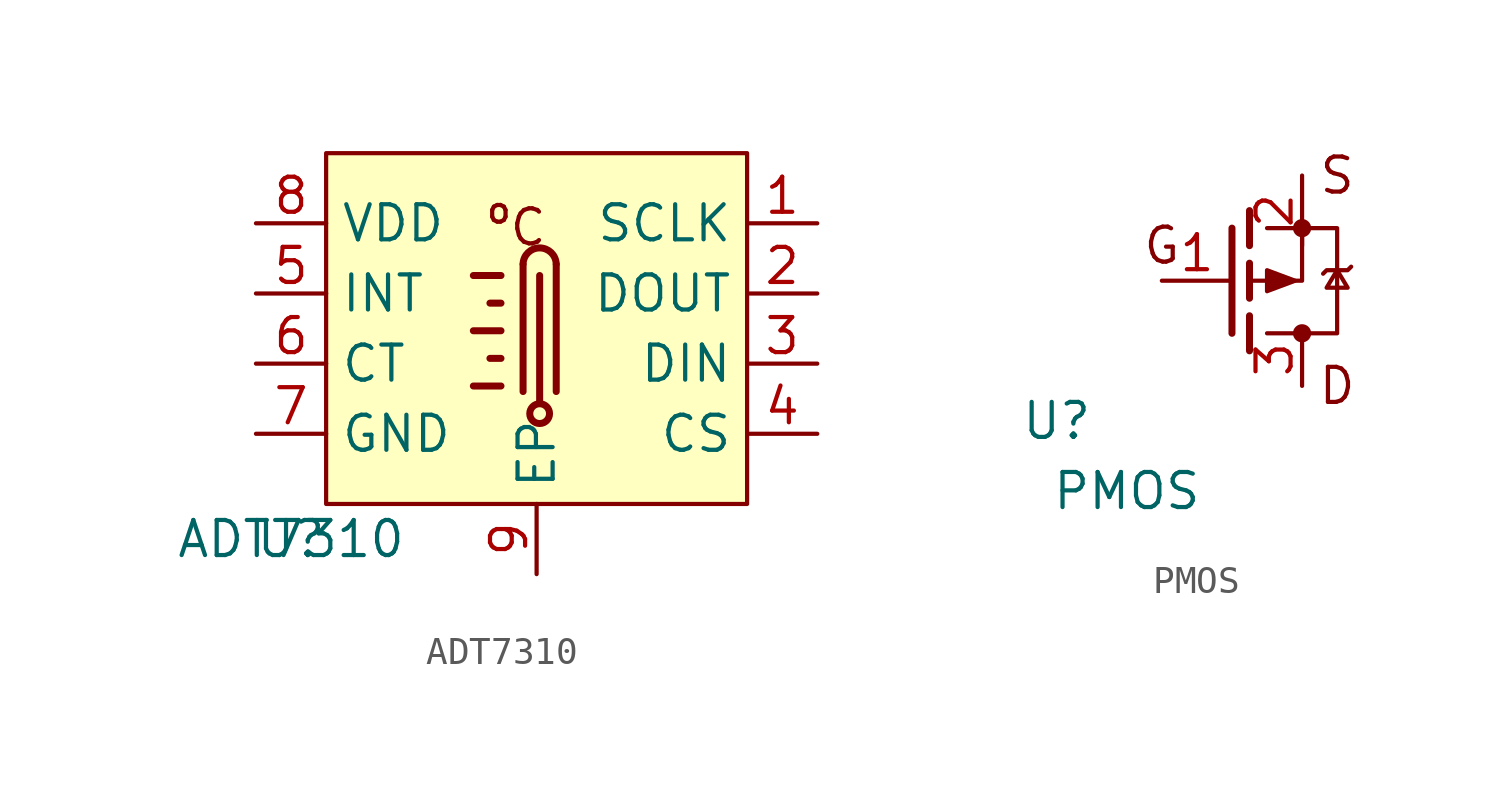
<source format=kicad_sym>
(kicad_symbol_lib
  (version 20231120)
  (generator "kicad_symbol_editor")
  (generator_version "8.0")
  (symbol "ADT7310"
    (property "Reference" "U"
      (at 0 0 0)
      (effects (font (size 1.27 1.27))))
    (property "Value" "ADT7310"
      (at 0 0 0)
      (effects (font (size 1.27 1.27))))
    (symbol "ADT7310_1_0"
      (polyline (pts (xy 7.6 5.54) (xy 6.6 5.54)) (stroke (width 0.254) (type default)) (fill (type none)))
      (polyline (pts (xy 7.6 6.54) (xy 7.2 6.54)) (stroke (width 0.254) (type default)) (fill (type none)))
      (polyline (pts (xy 7.6 7.54) (xy 6.6 7.54)) (stroke (width 0.254) (type default)) (fill (type none)))
      (polyline (pts (xy 7.6 8.54) (xy 7.2 8.54)) (stroke (width 0.254) (type default)) (fill (type none)))
      (polyline (pts (xy 7.6 9.54) (xy 6.6 9.54)) (stroke (width 0.254) (type default)) (fill (type none)))
      (polyline (pts (xy 8.4 5.34) (xy 8.4 9.94)) (stroke (width 0.254) (type default)) (fill (type none)))
      (polyline (pts (xy 9 4.94) (xy 9 9.54)) (stroke (width 0.254) (type default)) (fill (type none)))
      (polyline (pts (xy 9.6 5.34) (xy 9.6 9.94)) (stroke (width 0.254) (type default)) (fill (type none)))
      (rectangle (start 1.27 13.97) (end 16.51 1.27) (stroke (width 0) (type default)) (fill (type background)))
      (circle (center 9 4.54) (radius 0.358) (stroke (width 0.254) (type default)) (fill (type none)))
      (arc (start 9.6003 9.958) (mid 8.9998 10.5405) (end 8.3997 9.9576) (stroke (width 0.254) (type default)) (fill (type none)))
      (text "ºC" (at 7 10.54 0) (effects (font (size 1.27 1.27)) (justify left bottom)))
      (pin passive line (at 19.05 11.43 180) (length 2.54) (name "SCLK" (effects (font (size 1.27 1.27)))) (number "1" (effects (font (size 1.27 1.27)))))
      (pin passive line (at 19.05 8.89 180) (length 2.54) (name "DOUT" (effects (font (size 1.27 1.27)))) (number "2" (effects (font (size 1.27 1.27)))))
      (pin passive line (at 19.05 6.35 180) (length 2.54) (name "DIN" (effects (font (size 1.27 1.27)))) (number "3" (effects (font (size 1.27 1.27)))))
      (pin passive line (at 19.05 3.81 180) (length 2.54) (name "CS" (effects (font (size 1.27 1.27)))) (number "4" (effects (font (size 1.27 1.27)))))
      (pin passive line (at -1.27 8.89 0) (length 2.54) (name "INT" (effects (font (size 1.27 1.27)))) (number "5" (effects (font (size 1.27 1.27)))))
      (pin passive line (at -1.27 6.35 0) (length 2.54) (name "CT" (effects (font (size 1.27 1.27)))) (number "6" (effects (font (size 1.27 1.27)))))
      (pin passive line (at -1.27 3.81 0) (length 2.54) (name "GND" (effects (font (size 1.27 1.27)))) (number "7" (effects (font (size 1.27 1.27)))))
      (pin passive line (at -1.27 11.43 0) (length 2.54) (name "VDD" (effects (font (size 1.27 1.27)))) (number "8" (effects (font (size 1.27 1.27)))))
      (pin passive line (at 8.89 -1.27 90) (length 2.54) (name "EP" (effects (font (size 1.27 1.27)))) (number "9" (effects (font (size 1.27 1.27)))))))
  (symbol "PMOS"
    (property "Reference" "U"
      (at -2.54 3.81 0)
      (effects (font (size 1.27 1.27))))
    (property "Value" "PMOS"
      (at 0 1.27 0)
      (effects (font (size 1.27 1.27))))
    (symbol "PMOS_0_0"
      (text "D" (at 7.62 5.08 0) (effects (font (size 1.27 1.27))))
      (text "G" (at 1.27 10.16 0) (effects (font (size 1.27 1.27))))
      (text "S" (at 7.62 12.7 0) (effects (font (size 1.27 1.27)))))
    (symbol "PMOS_0_1"
      (polyline (pts (xy 3.81 10.795) (xy 3.81 6.985)) (stroke (width 0.254) (type default)) (fill (type none)))
      (polyline (pts (xy 4.445 7.62) (xy 4.445 6.35)) (stroke (width 0.254) (type default)) (fill (type none)))
      (polyline (pts (xy 4.445 9.525) (xy 4.445 8.255)) (stroke (width 0.254) (type default)) (fill (type none)))
      (polyline (pts (xy 4.445 11.43) (xy 4.445 10.16)) (stroke (width 0.254) (type default)) (fill (type none)))
      (polyline (pts (xy 6.35 10.795) (xy 6.35 8.89) (xy 4.572 8.89)) (stroke (width 0) (type default)) (fill (type none)))
      (polyline (pts (xy 5.08 10.795) (xy 7.62 10.795) (xy 7.62 6.985) (xy 5.08 6.985)) (stroke (width 0) (type default)) (fill (type none)))
      (polyline (pts (xy 6.096 8.89) (xy 5.08 9.271) (xy 5.08 8.509) (xy 6.096 8.89)) (stroke (width 0) (type default)) (fill (type outline)))
      (polyline (pts (xy 7.112 9.144) (xy 7.239 9.271) (xy 8.001 9.271) (xy 8.128 9.398)) (stroke (width 0) (type default)) (fill (type none)))
      (polyline (pts (xy 7.62 9.271) (xy 7.239 8.636) (xy 8.001 8.636) (xy 7.62 9.271)) (stroke (width 0) (type default)) (fill (type none)))
      (circle (center 6.35 6.985) (radius 0.254) (stroke (width 0) (type default)) (fill (type outline)))
      (circle (center 6.35 10.795) (radius 0.254) (stroke (width 0) (type default)) (fill (type outline))))
    (symbol "PMOS_1_1"
      (pin input line (at 1.27 8.89 0) (length 2.54) (name "" (effects (font (size 1.27 1.27)))) (number "1" (effects (font (size 1.27 1.27)))))
      (pin passive line (at 6.35 12.7 270) (length 2.54) (name "" (effects (font (size 1.27 1.27)))) (number "2" (effects (font (size 1.27 1.27)))))
      (pin passive line (at 6.35 5.08 90) (length 1.905) (name "" (effects (font (size 1.27 1.27)))) (number "3" (effects (font (size 1.27 1.27))))))))
</source>
